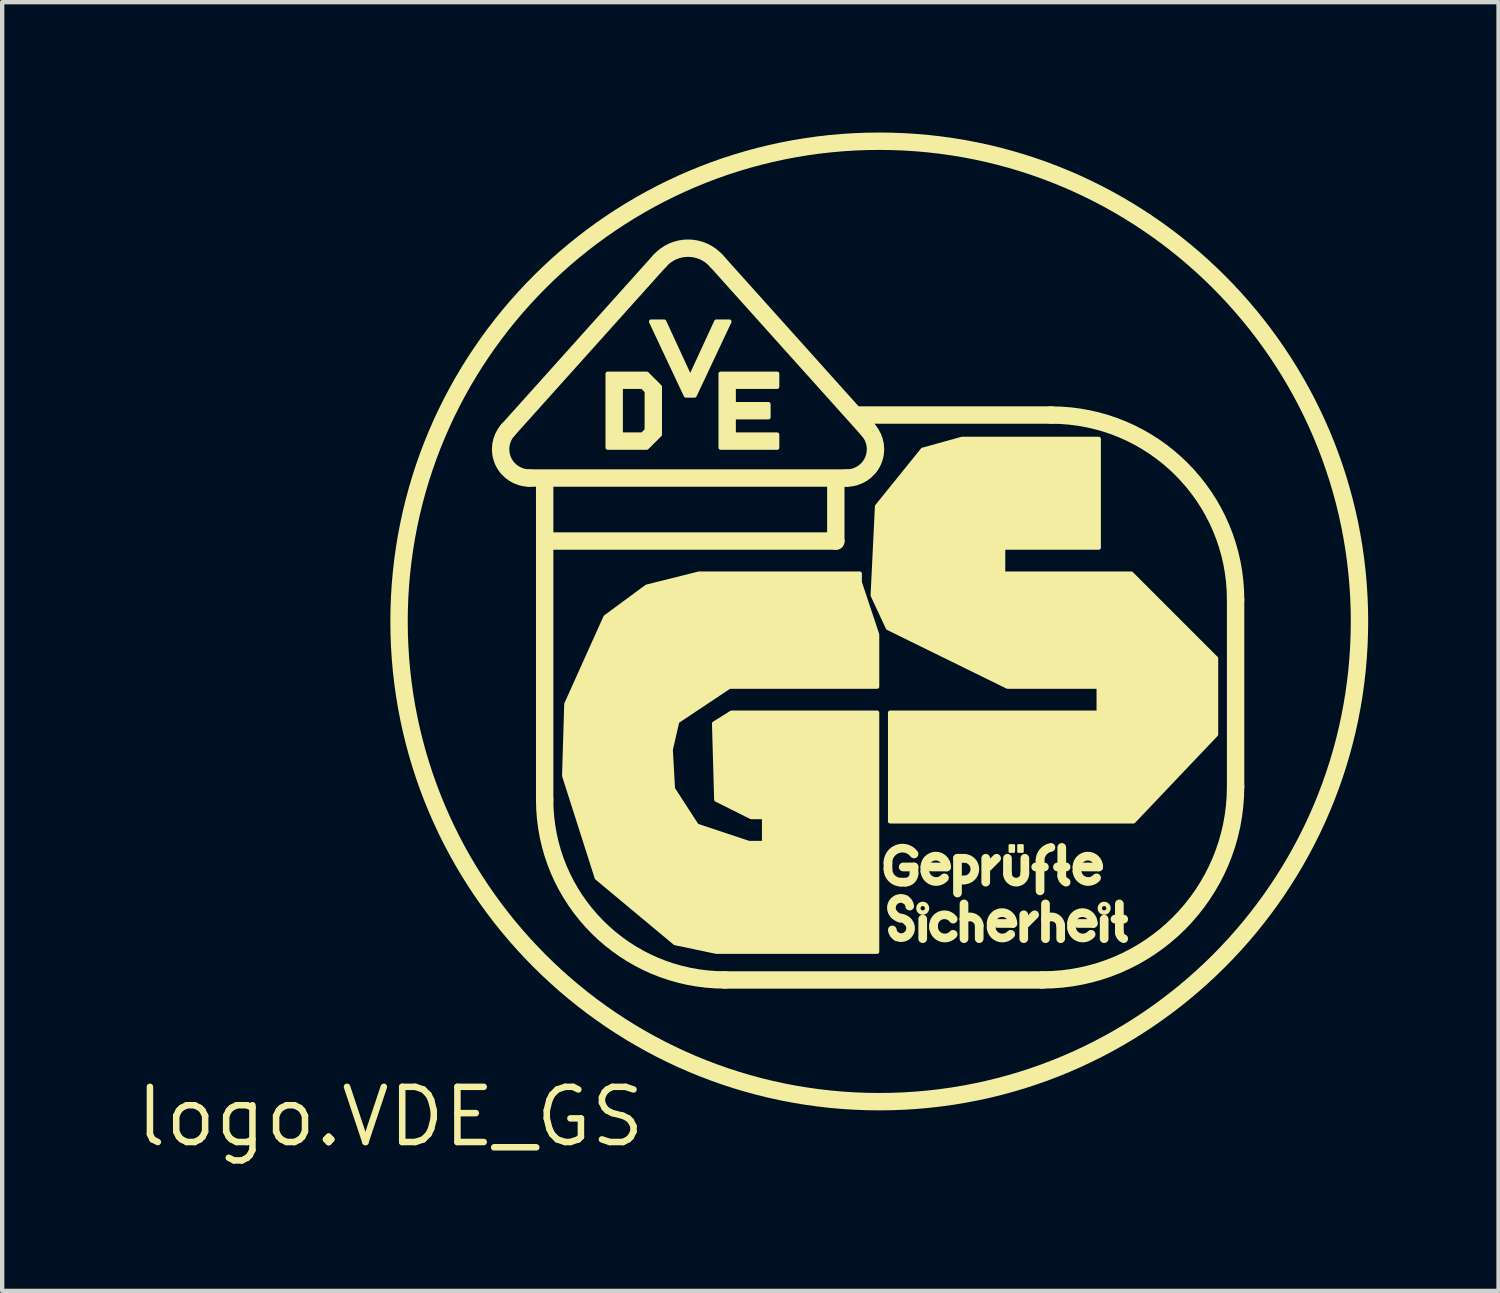
<source format=kicad_pcb>
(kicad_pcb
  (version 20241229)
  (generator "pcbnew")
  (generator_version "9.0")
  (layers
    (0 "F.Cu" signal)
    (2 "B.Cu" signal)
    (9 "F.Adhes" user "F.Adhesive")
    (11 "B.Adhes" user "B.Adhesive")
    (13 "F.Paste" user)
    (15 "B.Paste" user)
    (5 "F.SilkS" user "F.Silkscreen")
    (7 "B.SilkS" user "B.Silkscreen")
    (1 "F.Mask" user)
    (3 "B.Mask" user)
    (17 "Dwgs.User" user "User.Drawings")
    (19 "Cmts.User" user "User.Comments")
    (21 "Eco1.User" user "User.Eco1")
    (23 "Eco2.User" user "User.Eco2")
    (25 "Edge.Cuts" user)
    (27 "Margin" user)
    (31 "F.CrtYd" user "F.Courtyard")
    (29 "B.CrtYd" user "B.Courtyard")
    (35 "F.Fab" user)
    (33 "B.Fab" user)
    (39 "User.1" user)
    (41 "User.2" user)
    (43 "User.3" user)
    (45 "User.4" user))
  (footprint "logo.VDE_GS"
    (layer "F.Cu")
    (at 5.934 22.651)
    (property "Reference" "logo.VDE_GS" (at 0 0 0) (layer "F.SilkS") (effects (font (size 1.27 1.27) (thickness 0.15))))
    (fp_line (start 3.2 -14.7) (end 10.5 -14.7) (stroke (width 0.4) (type default)) (layer "F.SilkS"))
    (fp_line (start 3.55 -14.5) (end 3.55 -7.3) (stroke (width 0.4) (type default)) (layer "F.SilkS"))
    (fp_line (start 3.75 -13.25) (end 10.25 -13.25) (stroke (width 0.4) (type default)) (layer "F.SilkS"))
    (fp_line (start 6.2 -19.7) (end 2.7 -15.8) (stroke (width 0.4) (type default)) (layer "F.SilkS"))
    (fp_line (start 7.7 -3.15) (end 15 -3.15) (stroke (width 0.4) (type default)) (layer "F.SilkS"))
    (fp_line (start 10.25 -13.25) (end 10.25 -14.6) (stroke (width 0.4) (type default)) (layer "F.SilkS"))
    (fp_line (start 11 -15.8) (end 7.5 -19.7) (stroke (width 0.4) (type default)) (layer "F.SilkS"))
    (fp_line (start 11.45 -5.7) (end 11.45 -5.85) (stroke (width 0.2) (type default)) (layer "F.SilkS"))
    (fp_line (start 11.8 -5.75) (end 12.05 -5.75) (stroke (width 0.2) (type default)) (layer "F.SilkS"))
    (fp_line (start 11.85 -5.4) (end 11.75 -5.4) (stroke (width 0.2) (type default)) (layer "F.SilkS"))
    (fp_line (start 12.05 -5.75) (end 12.05 -5.6) (stroke (width 0.2) (type default)) (layer "F.SilkS"))
    (fp_line (start 12.25 -4.1) (end 12.25 -4.55) (stroke (width 0.2) (type default)) (layer "F.SilkS"))
    (fp_line (start 12.3 -5.75) (end 12.3 -5.65) (stroke (width 0.2) (type default)) (layer "F.SilkS"))
    (fp_line (start 12.45 -5.75) (end 12.8 -5.75) (stroke (width 0.2) (type default)) (layer "F.SilkS"))
    (fp_line (start 12.5 -4.4) (end 12.5 -4.35) (stroke (width 0.2) (type default)) (layer "F.SilkS"))
    (fp_line (start 13.05 -5.95) (end 13.05 -5.15) (stroke (width 0.2) (type default)) (layer "F.SilkS"))
    (fp_line (start 13.05 -5.95) (end 13.2 -5.95) (stroke (width 0.2) (type default)) (layer "F.SilkS"))
    (fp_line (start 13.2 -5.45) (end 13.15 -5.45) (stroke (width 0.2) (type default)) (layer "F.SilkS"))
    (fp_line (start 13.2 -4.9) (end 13.2 -4.55) (stroke (width 0.2) (type default)) (layer "F.SilkS"))
    (fp_line (start 13.2 -4.55) (end 13.2 -4.1) (stroke (width 0.2) (type default)) (layer "F.SilkS"))
    (fp_line (start 13.55 -4.1) (end 13.55 -4.4) (stroke (width 0.2) (type default)) (layer "F.SilkS"))
    (fp_line (start 13.7 -5.4) (end 13.7 -5.95) (stroke (width 0.2) (type default)) (layer "F.SilkS"))
    (fp_line (start 13.825 -4.45) (end 13.825 -4.35) (stroke (width 0.2) (type default)) (layer "F.SilkS"))
    (fp_line (start 13.95 -5.95) (end 13.75 -5.75) (stroke (width 0.2) (type default)) (layer "F.SilkS"))
    (fp_line (start 13.975 -4.45) (end 14.325 -4.45) (stroke (width 0.2) (type default)) (layer "F.SilkS"))
    (fp_line (start 14.2 -5.95) (end 14.2 -5.6) (stroke (width 0.2) (type default)) (layer "F.SilkS"))
    (fp_line (start 14.575 -4.1) (end 14.575 -4.65) (stroke (width 0.2) (type default)) (layer "F.SilkS"))
    (fp_line (start 14.6 -5.6) (end 14.6 -5.95) (stroke (width 0.2) (type default)) (layer "F.SilkS"))
    (fp_line (start 14.825 -4.65) (end 14.625 -4.45) (stroke (width 0.2) (type default)) (layer "F.SilkS"))
    (fp_line (start 14.85 -5.75) (end 15.05 -5.75) (stroke (width 0.2) (type default)) (layer "F.SilkS"))
    (fp_line (start 14.95 -5.2) (end 14.95 -5.9) (stroke (width 0.2) (type default)) (layer "F.SilkS"))
    (fp_line (start 15.075 -4.9) (end 15.075 -4.55) (stroke (width 0.2) (type default)) (layer "F.SilkS"))
    (fp_line (start 15.075 -4.55) (end 15.075 -4.1) (stroke (width 0.2) (type default)) (layer "F.SilkS"))
    (fp_line (start 15.2 -16.15) (end 10.8 -16.15) (stroke (width 0.4) (type default)) (layer "F.SilkS"))
    (fp_line (start 15.35 -5.75) (end 15.55 -5.75) (stroke (width 0.2) (type default)) (layer "F.SilkS"))
    (fp_line (start 15.425 -4.1) (end 15.425 -4.4) (stroke (width 0.2) (type default)) (layer "F.SilkS"))
    (fp_line (start 15.45 -6.2) (end 15.45 -5.55) (stroke (width 0.2) (type default)) (layer "F.SilkS"))
    (fp_line (start 15.675 -4.45) (end 15.675 -4.35) (stroke (width 0.2) (type default)) (layer "F.SilkS"))
    (fp_line (start 15.8 -5.75) (end 15.8 -5.65) (stroke (width 0.2) (type default)) (layer "F.SilkS"))
    (fp_line (start 15.825 -4.45) (end 16.175 -4.45) (stroke (width 0.2) (type default)) (layer "F.SilkS"))
    (fp_line (start 15.95 -5.75) (end 16.3 -5.75) (stroke (width 0.2) (type default)) (layer "F.SilkS"))
    (fp_line (start 16.425 -4.1) (end 16.425 -4.55) (stroke (width 0.2) (type default)) (layer "F.SilkS"))
    (fp_line (start 16.675 -4.55) (end 16.875 -4.55) (stroke (width 0.2) (type default)) (layer "F.SilkS"))
    (fp_line (start 16.775 -4.9) (end 16.775 -4.25) (stroke (width 0.2) (type default)) (layer "F.SilkS"))
    (fp_line (start 19.45 -7.6) (end 19.45 -11.9) (stroke (width 0.4) (type default)) (layer "F.SilkS"))
    (fp_rect (start 14.25 -6.1) (end 14.35 -6.25) (stroke (width 0.05) (type default)) (fill yes) (layer "F.SilkS"))
    (fp_rect (start 14.45 -6.1) (end 14.55 -6.25) (stroke (width 0.05) (type default)) (fill yes) (layer "F.SilkS"))
    (fp_arc (start 3.2 -14.7) (mid 2.595848 -15.089022) (end 2.7 -15.8) (stroke (width 0.4) (type default)) (layer "F.SilkS"))
    (fp_arc (start 6.2 -19.7) (mid 6.85 -19.990049) (end 7.5 -19.7) (stroke (width 0.4) (type default)) (layer "F.SilkS"))
    (fp_arc (start 7.7 -3.15) (mid 4.765507 -4.365507) (end 3.55 -7.3) (stroke (width 0.4) (type default)) (layer "F.SilkS"))
    (fp_arc (start 11 -15.8) (mid 11.104152 -15.089022) (end 10.5 -14.7) (stroke (width 0.4) (type default)) (layer "F.SilkS"))
    (fp_arc (start 11.45 -5.85) (mid 11.677924 -6.166228) (end 12.05 -6.05) (stroke (width 0.2) (type default)) (layer "F.SilkS"))
    (fp_arc (start 11.6 -4.65) (mid 11.569568 -4.936023) (end 11.85 -5) (stroke (width 0.2) (type default)) (layer "F.SilkS"))
    (fp_arc (start 11.65 -4.15) (mid 11.581605 -4.212737) (end 11.55 -4.3) (stroke (width 0.2) (type default)) (layer "F.SilkS"))
    (fp_arc (start 11.725 -4.575) (mid 11.657311 -4.603851) (end 11.6 -4.65) (stroke (width 0.2) (type default)) (layer "F.SilkS"))
    (fp_arc (start 11.725 -4.575) (mid 11.820439 -4.556024) (end 11.9 -4.5) (stroke (width 0.2) (type default)) (layer "F.SilkS"))
    (fp_arc (start 11.75 -5.4) (mid 11.537868 -5.487868) (end 11.45 -5.7) (stroke (width 0.2) (type default)) (layer "F.SilkS"))
    (fp_arc (start 11.85 -5) (mid 11.918395 -4.937263) (end 11.95 -4.85) (stroke (width 0.2) (type default)) (layer "F.SilkS"))
    (fp_arc (start 11.9 -4.5) (mid 11.930432 -4.213977) (end 11.65 -4.15) (stroke (width 0.2) (type default)) (layer "F.SilkS"))
    (fp_arc (start 12.05 -5.6) (mid 11.991421 -5.458579) (end 11.85 -5.4) (stroke (width 0.2) (type default)) (layer "F.SilkS"))
    (fp_arc (start 12.3 -5.75) (mid 12.55 -6) (end 12.8 -5.75) (stroke (width 0.2) (type default)) (layer "F.SilkS"))
    (fp_arc (start 12.5 -4.4) (mid 12.670943 -4.637171) (end 12.95 -4.55) (stroke (width 0.2) (type default)) (layer "F.SilkS"))
    (fp_arc (start 12.75 -5.5) (mid 12.47624 -5.428719) (end 12.3 -5.65) (stroke (width 0.2) (type default)) (layer "F.SilkS"))
    (fp_arc (start 12.95 -4.2) (mid 12.67624 -4.128719) (end 12.5 -4.35) (stroke (width 0.2) (type default)) (layer "F.SilkS"))
    (fp_arc (start 13.2 -5.95) (mid 13.45 -5.7) (end 13.2 -5.45) (stroke (width 0.2) (type default)) (layer "F.SilkS"))
    (fp_arc (start 13.2 -4.55) (mid 13.421353 -4.583156) (end 13.55 -4.4) (stroke (width 0.2) (type default)) (layer "F.SilkS"))
    (fp_arc (start 13.825 -4.45) (mid 14.075 -4.7) (end 14.325 -4.45) (stroke (width 0.2) (type default)) (layer "F.SilkS"))
    (fp_arc (start 14.275 -4.2) (mid 14.00124 -4.128719) (end 13.825 -4.35) (stroke (width 0.2) (type default)) (layer "F.SilkS"))
    (fp_arc (start 14.6 -5.6) (mid 14.4 -5.4) (end 14.2 -5.6) (stroke (width 0.2) (type default)) (layer "F.SilkS"))
    (fp_arc (start 14.95 -5.9) (mid 15.020693 -6.095256) (end 15.2 -6.2) (stroke (width 0.2) (type default)) (layer "F.SilkS"))
    (fp_arc (start 15.075 -4.55) (mid 15.296353 -4.583156) (end 15.425 -4.4) (stroke (width 0.2) (type default)) (layer "F.SilkS"))
    (fp_arc (start 15.2 -16.15) (mid 18.205204 -14.905204) (end 19.45 -11.9) (stroke (width 0.4) (type default)) (layer "F.SilkS"))
    (fp_arc (start 15.55 -5.4) (mid 15.477292 -5.459861) (end 15.45 -5.55) (stroke (width 0.2) (type default)) (layer "F.SilkS"))
    (fp_arc (start 15.675 -4.45) (mid 15.925 -4.7) (end 16.175 -4.45) (stroke (width 0.2) (type default)) (layer "F.SilkS"))
    (fp_arc (start 15.8 -5.75) (mid 16.05 -6) (end 16.3 -5.75) (stroke (width 0.2) (type default)) (layer "F.SilkS"))
    (fp_arc (start 16.125 -4.2) (mid 15.85124 -4.128719) (end 15.675 -4.35) (stroke (width 0.2) (type default)) (layer "F.SilkS"))
    (fp_arc (start 16.25 -5.5) (mid 15.97624 -5.428719) (end 15.8 -5.65) (stroke (width 0.2) (type default)) (layer "F.SilkS"))
    (fp_arc (start 16.875 -4.1) (mid 16.802292 -4.159861) (end 16.775 -4.25) (stroke (width 0.2) (type default)) (layer "F.SilkS"))
    (fp_arc (start 19.45 -7.6) (mid 18.146625 -4.453375) (end 15 -3.15) (stroke (width 0.4) (type default)) (layer "F.SilkS"))
    (fp_circle (center 11.25 -11.4) (end 22.301 -11.4) (stroke (width 0.4) (type default)) (fill no) (layer "F.SilkS"))
    (fp_circle (center 12.25 -4.8) (end 12.35 -4.8) (stroke (width 0.1) (type default)) (fill no) (layer "F.SilkS"))
    (fp_circle (center 16.425 -4.8) (end 16.525 -4.8) (stroke (width 0.1) (type default)) (fill no) (layer "F.SilkS"))
    (fp_poly (pts (xy 6 -18.3) (xy 6.3 -18.3) (xy 6.9 -17) (xy 7.5 -18.3) (xy 7.8 -18.3) (xy 7 -16.6) (xy 6.8 -16.6)) (stroke (width 0.1) (type default)) (fill yes) (layer "F.SilkS"))
    (fp_poly (pts (xy 7.6 -15.4) (xy 7.6 -17.1) (xy 8.9 -17.1) (xy 8.9 -16.8) (xy 7.9 -16.8) (xy 7.9 -16.4) (xy 8.7 -16.4) (xy 8.7 -16.1) (xy 7.9 -16.1) (xy 7.9 -15.7) (xy 8.9 -15.7) (xy 8.9 -15.4)) (stroke (width 0.1) (type default)) (fill yes) (layer "F.SilkS"))
    (fp_poly (pts (xy 5 -17.1) (xy 5 -15.4) (xy 5.9 -15.4) (xy 6.2 -15.7) (xy 6.2 -16.8) (xy 5.9 -17.1) (xy 5.025 -17.1) (xy 5.325 -16.8) (xy 5.8 -16.8) (xy 5.9 -16.7) (xy 5.9 -15.8) (xy 5.8 -15.7) (xy 5.3 -15.7) (xy 5.3 -16.8)) (stroke (width 0.1) (type default)) (fill yes) (layer "F.SilkS"))
    (fp_poly (pts (xy 11.5 -6.8) (xy 11.5 -9.3) (xy 16.25 -9.3) (xy 16.3 -9.3) (xy 16.3 -9.9) (xy 14.2 -9.9) (xy 11.45 -11.25) (xy 11.1 -12) (xy 11.2 -14.05) (xy 12.25 -15.35) (xy 13.15 -15.6) (xy 16.3 -15.6) (xy 16.3 -13.1) (xy 14.15 -13.1) (xy 14.1 -13.1) (xy 14.1 -12.5) (xy 17.05 -12.5) (xy 19 -10.55) (xy 19 -8.8) (xy 17.1 -6.8)) (stroke (width 0.1) (type default)) (fill yes) (layer "F.SilkS"))
    (fp_poly (pts (xy 11.2 -3.8) (xy 7.5 -3.8) (xy 6.55 -4) (xy 4.75 -5.5) (xy 4 -7.85) (xy 4.05 -9.5) (xy 4.95 -11.5) (xy 5.9 -12.2) (xy 7.1 -12.5) (xy 10.8 -12.5) (xy 10.8 -12.3) (xy 11.2 -11.1) (xy 11.2 -9.9) (xy 7.8 -9.9) (xy 6.6 -9.1) (xy 6.45 -8.45) (xy 6.5 -7.55) (xy 7.05 -6.7) (xy 8.25 -6.3) (xy 8.6 -6.3) (xy 8.6 -6.9) (xy 8.3 -6.9) (xy 7.5 -7.3) (xy 7.45 -9.05) (xy 7.85 -9.3) (xy 11.2 -9.3)) (stroke (width 0.1) (type default)) (fill yes) (layer "F.SilkS")))
  (gr_rect
    (start -3 -3)
    (end 31.435 26.657)
    (stroke (width 0.1) (type default))
    (fill no)
    (layer "Edge.Cuts")))
</source>
